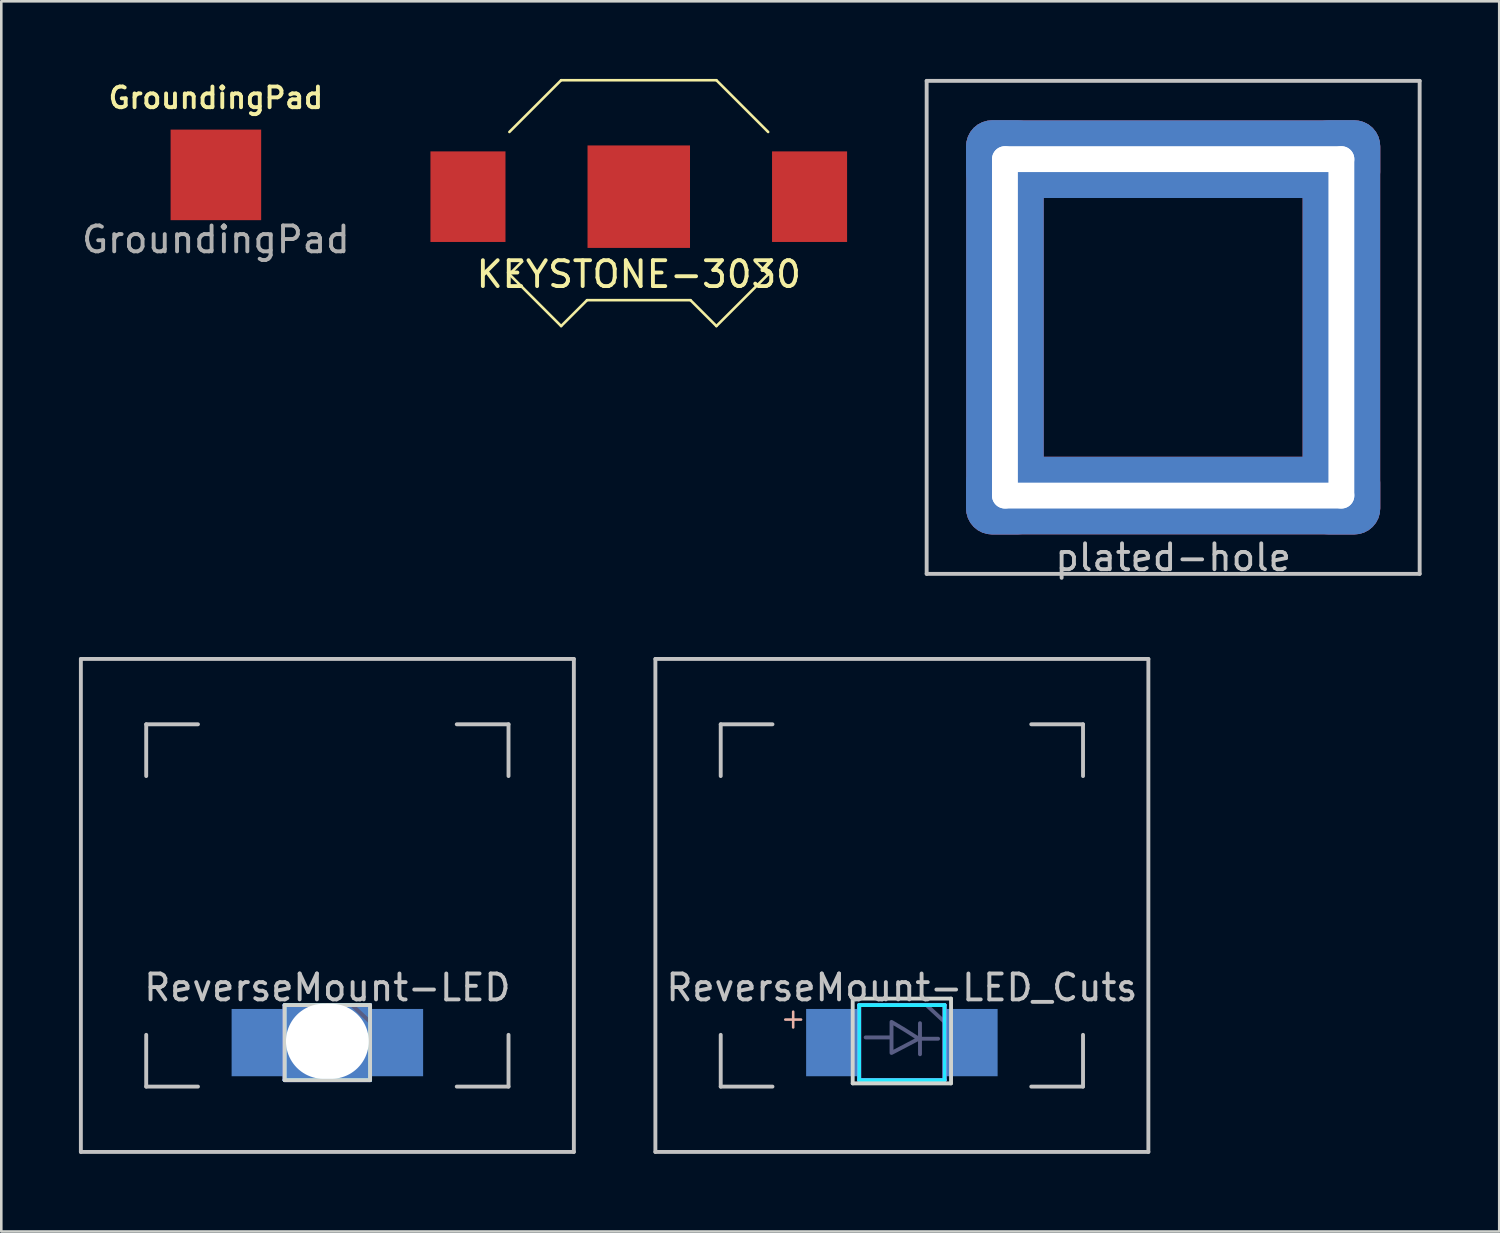
<source format=kicad_pcb>
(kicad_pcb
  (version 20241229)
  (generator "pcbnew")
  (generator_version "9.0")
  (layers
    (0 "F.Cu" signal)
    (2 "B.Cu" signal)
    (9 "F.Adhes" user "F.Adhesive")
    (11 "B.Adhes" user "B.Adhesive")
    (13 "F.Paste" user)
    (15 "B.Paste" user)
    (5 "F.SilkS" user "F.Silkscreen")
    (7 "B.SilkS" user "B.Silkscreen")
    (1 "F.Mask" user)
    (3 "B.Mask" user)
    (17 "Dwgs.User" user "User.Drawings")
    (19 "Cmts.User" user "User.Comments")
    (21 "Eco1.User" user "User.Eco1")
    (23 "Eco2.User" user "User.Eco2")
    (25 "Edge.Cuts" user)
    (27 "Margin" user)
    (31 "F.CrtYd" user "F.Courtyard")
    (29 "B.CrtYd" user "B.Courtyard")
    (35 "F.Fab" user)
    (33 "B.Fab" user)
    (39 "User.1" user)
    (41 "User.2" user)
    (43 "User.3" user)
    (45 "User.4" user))
  (footprint "plated-hole"
    (layer "F.Cu")
    (at 42.283 9.6)
    (property "Reference" "plated-hole" (at 0 8.89 0) (layer "Dwgs.User") (effects (font (size 1 1) (thickness 0.15))))
    (attr through_hole)
    (fp_line (start -9.525 -9.525) (end 9.525 -9.525) (stroke (width 0.15) (type solid)) (layer "Dwgs.User"))
    (fp_line (start -9.525 9.525) (end -9.525 -9.525) (stroke (width 0.15) (type solid)) (layer "Dwgs.User"))
    (fp_line (start 9.525 -9.525) (end 9.525 9.525) (stroke (width 0.15) (type solid)) (layer "Dwgs.User"))
    (fp_line (start 9.525 9.525) (end -9.525 9.525) (stroke (width 0.15) (type solid)) (layer "Dwgs.User"))
    (pad "" thru_hole roundrect (at -6.5 0) (size 3 16) (drill oval 1 14) (layers "*.Cu") (roundrect_rratio 0.333))
    (pad "" thru_hole roundrect (at 0 -6.5 90) (size 3 16) (drill oval 1 14) (layers "*.Cu") (roundrect_rratio 0.333))
    (pad "" smd roundrect (at 0 0) (size 16 16) (layers "*.Mask") (roundrect_rratio 0.062))
    (pad "" thru_hole roundrect (at 0 6.5 90) (size 3 16) (drill oval 1 14) (layers "*.Cu") (roundrect_rratio 0.333))
    (pad "" thru_hole roundrect (at 6.5 0) (size 3 16) (drill oval 1 14) (layers "*.Cu") (roundrect_rratio 0.333)))
  (footprint "GroundingPad"
    (layer "F.Cu")
    (at 5.292 3.708)
    (property "Reference" "GroundingPad" (at 0 -2.977 0) (unlocked yes) (layer "F.SilkS") (effects (font (size 0.8 0.8) (thickness 0.15))))
    (attr through_hole)
    (fp_text user "${REFERENCE}" (at 0 2.5 0) (unlocked yes) (layer "F.Fab") (effects (font (size 1 1) (thickness 0.15))))
    (pad "1" smd rect (at 0 0) (size 3.5 3.5) (layers "F.Cu" "F.Mask" "F.Paste")))
  (footprint "KEYSTONE-3030"
    (layer "F.Cu")
    (at 21.633 4.55)
    (property "Reference" "KEYSTONE-3030" (at 0 3 0) (layer "F.SilkS") (effects (font (size 1 1) (thickness 0.15))))
    (attr through_hole)
    (fp_line (start -5 -2.5) (end -3 -4.5) (stroke (width 0.1) (type solid)) (layer "F.SilkS"))
    (fp_line (start -5 3) (end -4.5 2.5) (stroke (width 0.1) (type solid)) (layer "F.SilkS"))
    (fp_line (start -5 3) (end -3 5) (stroke (width 0.1) (type solid)) (layer "F.SilkS"))
    (fp_line (start -3 -4.5) (end 3 -4.5) (stroke (width 0.1) (type solid)) (layer "F.SilkS"))
    (fp_line (start -3 5) (end -2 4) (stroke (width 0.1) (type solid)) (layer "F.SilkS"))
    (fp_line (start -2 4) (end 2 4) (stroke (width 0.1) (type solid)) (layer "F.SilkS"))
    (fp_line (start 2 4) (end 3 5) (stroke (width 0.1) (type solid)) (layer "F.SilkS"))
    (fp_line (start 3 -4.5) (end 5 -2.5) (stroke (width 0.1) (type solid)) (layer "F.SilkS"))
    (fp_line (start 3 5) (end 5 3) (stroke (width 0.1) (type solid)) (layer "F.SilkS"))
    (fp_line (start 5 3) (end 4.5 2.5) (stroke (width 0.1) (type solid)) (layer "F.SilkS"))
    (pad "1" smd rect (at -6.6 0) (size 2.9 3.5) (layers "F.Cu" "F.Mask" "F.Paste"))
    (pad "1" smd rect (at 6.6 0) (size 2.9 3.5) (layers "F.Cu" "F.Mask" "F.Paste"))
    (pad "2" smd rect (at 0 0) (size 3.96 3.96) (layers "F.Cu" "F.Mask" "F.Paste")))
  (footprint "ReverseMount-LED"
    (layer "F.Cu")
    (at 9.6 31.938)
    (property "Reference" "ReverseMount-LED" (at 0 3.175 0) (layer "Dwgs.User") (effects (font (size 1 1) (thickness 0.15))))
    (attr through_hole)
    (fp_line (start -9.525 -9.525) (end 9.525 -9.525) (stroke (width 0.15) (type solid)) (layer "Dwgs.User"))
    (fp_line (start -9.525 9.525) (end -9.525 -9.525) (stroke (width 0.15) (type solid)) (layer "Dwgs.User"))
    (fp_line (start -7 -7) (end -7 -5) (stroke (width 0.15) (type solid)) (layer "Dwgs.User"))
    (fp_line (start -7 5) (end -7 7) (stroke (width 0.15) (type solid)) (layer "Dwgs.User"))
    (fp_line (start -7 7) (end -5 7) (stroke (width 0.15) (type solid)) (layer "Dwgs.User"))
    (fp_line (start -5 -7) (end -7 -7) (stroke (width 0.15) (type solid)) (layer "Dwgs.User"))
    (fp_line (start 5 -7) (end 7 -7) (stroke (width 0.15) (type solid)) (layer "Dwgs.User"))
    (fp_line (start 5 7) (end 7 7) (stroke (width 0.15) (type solid)) (layer "Dwgs.User"))
    (fp_line (start 7 -7) (end 7 -5) (stroke (width 0.15) (type solid)) (layer "Dwgs.User"))
    (fp_line (start 7 7) (end 7 5) (stroke (width 0.15) (type solid)) (layer "Dwgs.User"))
    (fp_line (start 9.525 -9.525) (end 9.525 9.525) (stroke (width 0.15) (type solid)) (layer "Dwgs.User"))
    (fp_line (start 9.525 9.525) (end -9.525 9.525) (stroke (width 0.15) (type solid)) (layer "Dwgs.User"))
    (fp_line (start -1.65 3.85) (end -1.65 6.75) (stroke (width 0.15) (type solid)) (layer "Edge.Cuts"))
    (fp_line (start -1.65 6.75) (end 1.65 6.75) (stroke (width 0.15) (type solid)) (layer "Edge.Cuts"))
    (fp_line (start 0 3.85) (end -1.65 3.85) (stroke (width 0.15) (type solid)) (layer "Edge.Cuts"))
    (fp_line (start 1.65 3.85) (end 0 3.85) (stroke (width 0.15) (type solid)) (layer "Edge.Cuts"))
    (fp_line (start 1.65 6.75) (end 1.65 3.85) (stroke (width 0.15) (type solid)) (layer "Edge.Cuts"))
    (fp_line (start -1.65 3.85) (end -1.65 6.75) (stroke (width 0.15) (type solid)) (layer "B.CrtYd"))
    (fp_line (start -1.65 6.75) (end 1.65 6.75) (stroke (width 0.15) (type solid)) (layer "B.CrtYd"))
    (fp_line (start 1.65 3.85) (end -1.65 3.85) (stroke (width 0.15) (type solid)) (layer "B.CrtYd"))
    (fp_line (start 1.65 6.75) (end 1.65 3.85) (stroke (width 0.15) (type solid)) (layer "B.CrtYd"))
    (fp_line (start -1.65 3.85) (end -1.65 6.75) (stroke (width 0.15) (type solid)) (layer "F.CrtYd"))
    (fp_line (start -1.65 6.75) (end 1.65 6.75) (stroke (width 0.15) (type solid)) (layer "F.CrtYd"))
    (fp_line (start 1.65 3.85) (end -1.65 3.85) (stroke (width 0.15) (type solid)) (layer "F.CrtYd"))
    (fp_line (start 1.65 6.75) (end 1.65 3.85) (stroke (width 0.15) (type solid)) (layer "F.CrtYd"))
    (fp_line (start -1.65 3.85) (end -1.65 6.75) (stroke (width 0.15) (type solid)) (layer "B.Fab"))
    (fp_line (start -1.65 6.75) (end 1.65 6.75) (stroke (width 0.15) (type solid)) (layer "B.Fab"))
    (fp_line (start -0.45 5.1) (end -1.4 5.1) (stroke (width 0.15) (type solid)) (layer "B.Fab"))
    (fp_line (start 0.7 4.55) (end 0.7 5.75) (stroke (width 0.15) (type solid)) (layer "B.Fab"))
    (fp_line (start 0.7 5.15) (end 1.4 5.15) (stroke (width 0.15) (type solid)) (layer "B.Fab"))
    (fp_line (start 0.95 3.85) (end 1.65 4.5) (stroke (width 0.15) (type solid)) (layer "B.Fab"))
    (fp_line (start 1.65 3.85) (end -1.65 3.85) (stroke (width 0.15) (type solid)) (layer "B.Fab"))
    (fp_line (start 1.65 6.75) (end 1.65 3.85) (stroke (width 0.15) (type solid)) (layer "B.Fab"))
    (fp_poly (pts (xy -0.4 4.5) (xy -0.4 5.7) (xy 0.65 5.15) (xy 0.1 4.8)) (stroke (width 0.15) (type solid)) (fill no) (layer "B.Fab"))
    (pad "1" smd rect (at 2.7 5.3) (size 2 2.6) (layers "B.Cu" "B.Mask" "B.Paste"))
    (pad "2" smd rect (at -2.7 5.3) (size 2 2.6) (layers "B.Cu" "B.Mask" "B.Paste"))
    (pad "3" thru_hole rect (at 0 5.25) (size 3.3 2.9) (drill oval 3.2 2.9) (layers "*.Cu" "*.Mask")))
  (footprint "ReverseMount-LED_Cuts"
    (layer "F.Cu")
    (at 31.8 31.938)
    (property "Reference" "ReverseMount-LED_Cuts" (at 0 3.175 0) (layer "Dwgs.User") (effects (font (size 1 1) (thickness 0.15))))
    (attr smd)
    (fp_line (start -9.525 -9.525) (end 9.525 -9.525) (stroke (width 0.15) (type solid)) (layer "Dwgs.User"))
    (fp_line (start -9.525 9.525) (end -9.525 -9.525) (stroke (width 0.15) (type solid)) (layer "Dwgs.User"))
    (fp_line (start -7 -7) (end -7 -5) (stroke (width 0.15) (type solid)) (layer "Dwgs.User"))
    (fp_line (start -7 5) (end -7 7) (stroke (width 0.15) (type solid)) (layer "Dwgs.User"))
    (fp_line (start -7 7) (end -5 7) (stroke (width 0.15) (type solid)) (layer "Dwgs.User"))
    (fp_line (start -5 -7) (end -7 -7) (stroke (width 0.15) (type solid)) (layer "Dwgs.User"))
    (fp_line (start 5 -7) (end 7 -7) (stroke (width 0.15) (type solid)) (layer "Dwgs.User"))
    (fp_line (start 5 7) (end 7 7) (stroke (width 0.15) (type solid)) (layer "Dwgs.User"))
    (fp_line (start 7 -7) (end 7 -5) (stroke (width 0.15) (type solid)) (layer "Dwgs.User"))
    (fp_line (start 7 7) (end 7 5) (stroke (width 0.15) (type solid)) (layer "Dwgs.User"))
    (fp_line (start 9.525 -9.525) (end 9.525 9.525) (stroke (width 0.15) (type solid)) (layer "Dwgs.User"))
    (fp_line (start 9.525 9.525) (end -9.525 9.525) (stroke (width 0.15) (type solid)) (layer "Dwgs.User"))
    (fp_line (start -1.9 3.6) (end -1.9 6.875) (stroke (width 0.15) (type solid)) (layer "Edge.Cuts"))
    (fp_line (start -1.9 6.875) (end 1.9 6.875) (stroke (width 0.15) (type solid)) (layer "Edge.Cuts"))
    (fp_line (start 1.9 3.6) (end -1.9 3.6) (stroke (width 0.15) (type solid)) (layer "Edge.Cuts"))
    (fp_line (start 1.9 6.875) (end 1.9 3.6) (stroke (width 0.15) (type solid)) (layer "Edge.Cuts"))
    (fp_line (start -1.65 3.85) (end -1.65 6.75) (stroke (width 0.15) (type solid)) (layer "B.CrtYd"))
    (fp_line (start -1.65 6.75) (end 1.65 6.75) (stroke (width 0.15) (type solid)) (layer "B.CrtYd"))
    (fp_line (start 1.65 3.85) (end -1.65 3.85) (stroke (width 0.15) (type solid)) (layer "B.CrtYd"))
    (fp_line (start 1.65 6.75) (end 1.65 3.85) (stroke (width 0.15) (type solid)) (layer "B.CrtYd"))
    (fp_line (start -1.65 3.85) (end -1.65 6.75) (stroke (width 0.15) (type solid)) (layer "F.CrtYd"))
    (fp_line (start -1.65 6.75) (end 1.65 6.75) (stroke (width 0.15) (type solid)) (layer "F.CrtYd"))
    (fp_line (start 1.65 3.85) (end -1.65 3.85) (stroke (width 0.15) (type solid)) (layer "F.CrtYd"))
    (fp_line (start 1.65 6.75) (end 1.65 3.85) (stroke (width 0.15) (type solid)) (layer "F.CrtYd"))
    (fp_line (start -1.65 3.85) (end -1.65 6.75) (stroke (width 0.15) (type solid)) (layer "B.Fab"))
    (fp_line (start -1.65 6.75) (end 1.65 6.75) (stroke (width 0.15) (type solid)) (layer "B.Fab"))
    (fp_line (start -0.45 5.1) (end -1.4 5.1) (stroke (width 0.15) (type solid)) (layer "B.Fab"))
    (fp_line (start 0.7 4.55) (end 0.7 5.75) (stroke (width 0.15) (type solid)) (layer "B.Fab"))
    (fp_line (start 0.7 5.15) (end 1.4 5.15) (stroke (width 0.15) (type solid)) (layer "B.Fab"))
    (fp_line (start 0.95 3.85) (end 1.65 4.5) (stroke (width 0.15) (type solid)) (layer "B.Fab"))
    (fp_line (start 1.65 3.85) (end -1.65 3.85) (stroke (width 0.15) (type solid)) (layer "B.Fab"))
    (fp_line (start 1.65 6.75) (end 1.65 3.85) (stroke (width 0.15) (type solid)) (layer "B.Fab"))
    (fp_poly (pts (xy -0.4 4.5) (xy -0.4 5.7) (xy 0.65 5.15) (xy 0.1 4.8)) (stroke (width 0.15) (type solid)) (fill no) (layer "B.Fab"))
    (fp_text user "+" (at -4.2 4.35 0) (layer "B.SilkS") (effects (font (size 0.8 0.8) (thickness 0.1)) (justify mirror)))
    (pad "1" smd rect (at 2.7 5.3) (size 2 2.6) (layers "B.Cu" "B.Mask" "B.Paste"))
    (pad "2" smd rect (at -2.7 5.3) (size 2 2.6) (layers "B.Cu" "B.Mask" "B.Paste")))
  (gr_rect
    (start -3 -3)
    (end 54.883 44.538)
    (stroke (width 0.1) (type default))
    (fill no)
    (layer "Edge.Cuts")))
</source>
